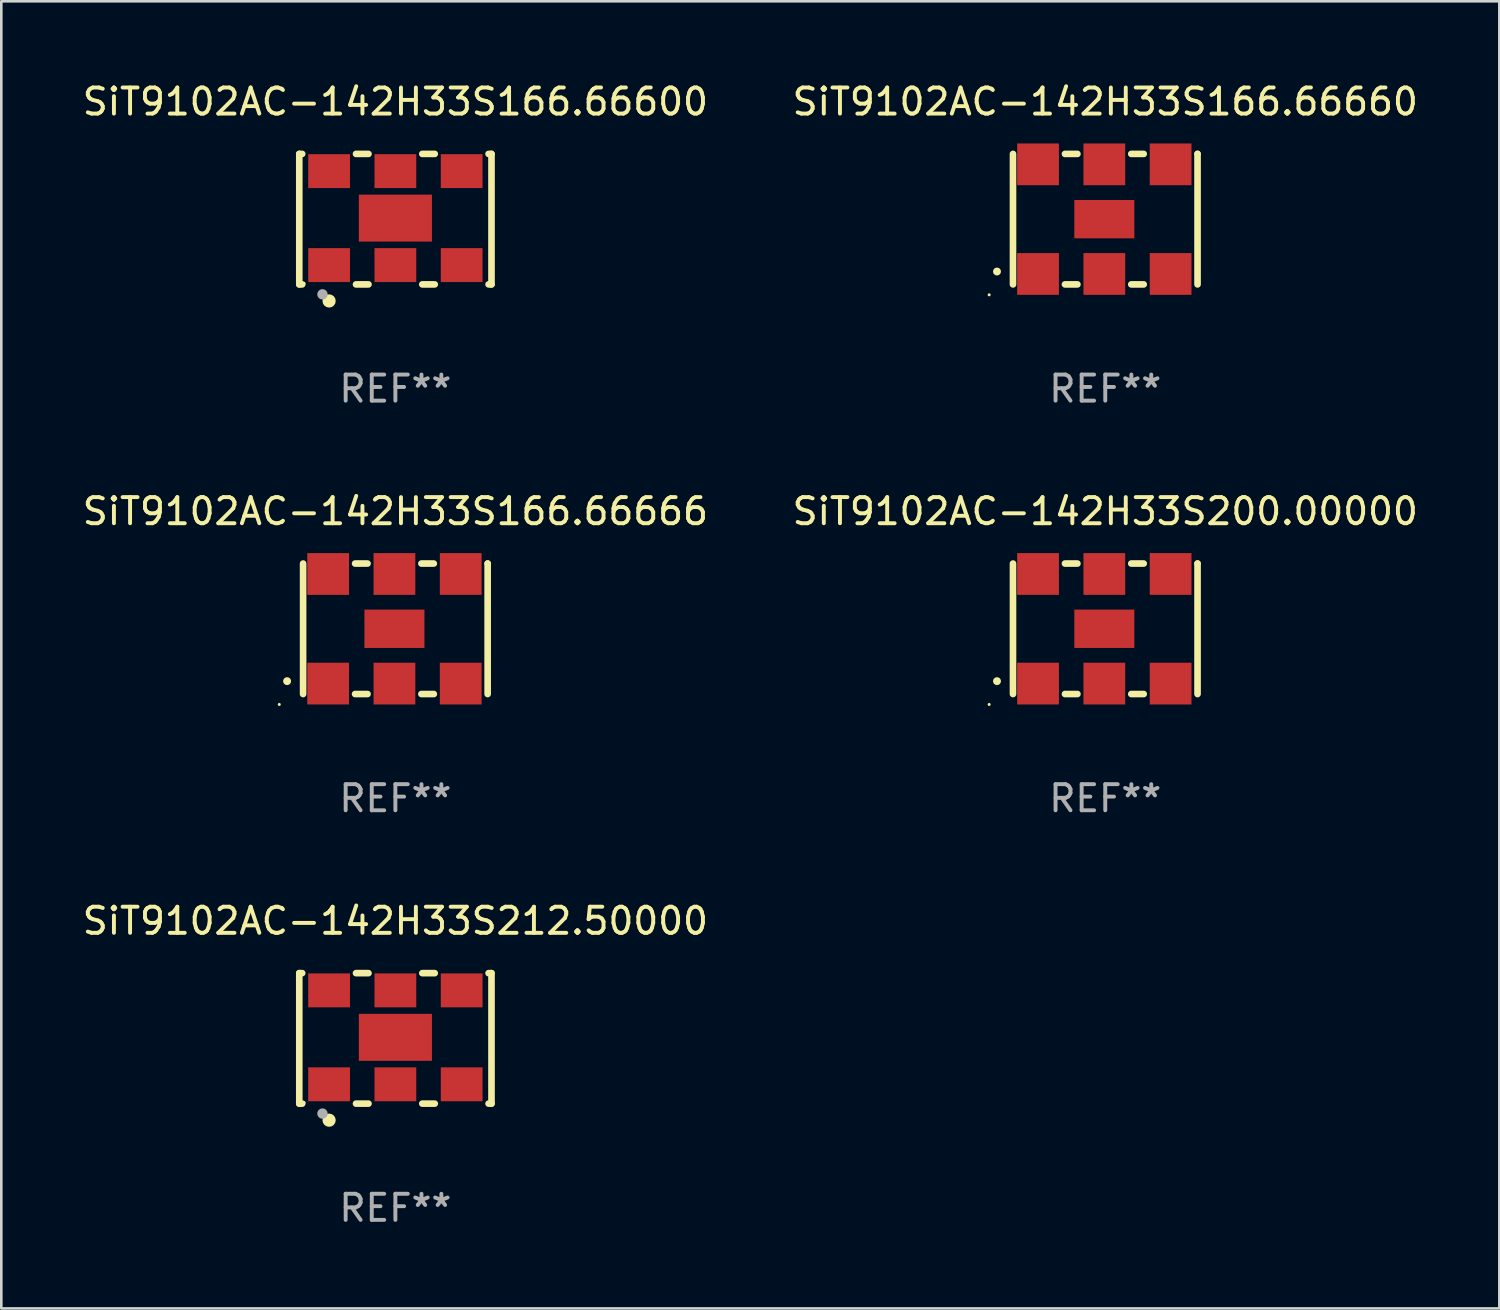
<source format=kicad_pcb>
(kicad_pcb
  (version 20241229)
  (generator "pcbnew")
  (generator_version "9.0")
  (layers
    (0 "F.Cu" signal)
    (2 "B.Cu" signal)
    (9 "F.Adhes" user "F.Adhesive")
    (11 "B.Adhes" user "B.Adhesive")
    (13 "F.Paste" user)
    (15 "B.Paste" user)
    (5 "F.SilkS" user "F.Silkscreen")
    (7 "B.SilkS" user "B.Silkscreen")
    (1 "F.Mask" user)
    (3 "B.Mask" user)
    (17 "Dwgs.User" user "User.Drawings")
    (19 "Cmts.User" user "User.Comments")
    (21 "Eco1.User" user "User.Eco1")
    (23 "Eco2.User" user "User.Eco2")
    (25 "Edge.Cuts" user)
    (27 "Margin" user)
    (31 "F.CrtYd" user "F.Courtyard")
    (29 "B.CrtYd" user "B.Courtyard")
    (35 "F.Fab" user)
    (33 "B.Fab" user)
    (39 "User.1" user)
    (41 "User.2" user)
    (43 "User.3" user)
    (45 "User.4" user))
  (footprint "SiT9102AC-142H33S166.66600"
    (layer "F.Cu")
    (at 12.101 5.348)
    (property "Reference" "SiT9102AC-142H33S166.66600" (at 0 -4.5 0) (layer "F.SilkS") (effects (font (size 1 1) (thickness 0.15))))
    (attr through_hole)
    (fp_line (start -3.683 -2.5) (end -3.571 -2.5) (stroke (width 0.254) (type solid)) (layer "F.SilkS"))
    (fp_line (start -3.683 2.5) (end -3.683 -2.5) (stroke (width 0.254) (type solid)) (layer "F.SilkS"))
    (fp_line (start -3.683 2.5) (end -3.571 2.5) (stroke (width 0.254) (type solid)) (layer "F.SilkS"))
    (fp_line (start -1.509 -2.5) (end -1.031 -2.5) (stroke (width 0.254) (type solid)) (layer "F.SilkS"))
    (fp_line (start -1.509 2.5) (end -1.031 2.5) (stroke (width 0.254) (type solid)) (layer "F.SilkS"))
    (fp_line (start 1.031 -2.5) (end 1.509 -2.5) (stroke (width 0.254) (type solid)) (layer "F.SilkS"))
    (fp_line (start 1.031 2.5) (end 1.509 2.5) (stroke (width 0.254) (type solid)) (layer "F.SilkS"))
    (fp_line (start 3.571 -2.5) (end 3.683 -2.5) (stroke (width 0.254) (type solid)) (layer "F.SilkS"))
    (fp_line (start 3.571 2.5) (end 3.683 2.5) (stroke (width 0.254) (type solid)) (layer "F.SilkS"))
    (fp_line (start 3.683 2.5) (end 3.683 -2.5) (stroke (width 0.254) (type solid)) (layer "F.SilkS"))
    (fp_circle (center -3.5 2.46) (end -3.47 2.46) (stroke (width 0.06) (type solid)) (fill no) (layer "F.SilkS"))
    (fp_circle (center -2.54 3.135) (end -2.413 3.135) (stroke (width 0.254) (type solid)) (fill no) (layer "F.SilkS"))
    (fp_circle (center -2.794 2.881) (end -2.694 2.881) (stroke (width 0.2) (type solid)) (fill no) (layer "F.Fab"))
    (fp_text user "REF**" (at 0 6.5 0) (layer "F.Fab") (effects (font (size 1 1) (thickness 0.15))))
    (pad "1" smd rect (at -2.54 1.76) (size 1.6 1.3) (layers "F.Cu" "F.Mask" "F.Paste"))
    (pad "2" smd rect (at 0 1.76) (size 1.6 1.3) (layers "F.Cu" "F.Mask" "F.Paste"))
    (pad "3" smd rect (at 2.54 1.76) (size 1.6 1.3) (layers "F.Cu" "F.Mask" "F.Paste"))
    (pad "4" smd rect (at 2.54 -1.84) (size 1.6 1.3) (layers "F.Cu" "F.Mask" "F.Paste"))
    (pad "5" smd rect (at 0 -1.84) (size 1.6 1.3) (layers "F.Cu" "F.Mask" "F.Paste"))
    (pad "6" smd rect (at -2.54 -1.84) (size 1.6 1.3) (layers "F.Cu" "F.Mask" "F.Paste"))
    (pad "7" smd rect (at 0 -0.04) (size 2.8 1.8) (layers "F.Cu" "F.Mask" "F.Paste")))
  (footprint "SiT9102AC-142H33S166.66660"
    (layer "F.Cu")
    (at 39.304 5.348)
    (property "Reference" "SiT9102AC-142H33S166.66660" (at 0 -4.5 0) (layer "F.SilkS") (effects (font (size 1 1) (thickness 0.15))))
    (attr through_hole)
    (fp_line (start -3.536 -2.5) (end -3.536 2.5) (stroke (width 0.254) (type solid)) (layer "F.SilkS"))
    (fp_line (start -1.544 2.5) (end -1.067 2.5) (stroke (width 0.254) (type solid)) (layer "F.SilkS"))
    (fp_line (start -1.067 -2.5) (end -1.544 -2.5) (stroke (width 0.254) (type solid)) (layer "F.SilkS"))
    (fp_line (start 0.996 2.5) (end 1.473 2.5) (stroke (width 0.254) (type solid)) (layer "F.SilkS"))
    (fp_line (start 1.473 -2.5) (end 0.996 -2.5) (stroke (width 0.254) (type solid)) (layer "F.SilkS"))
    (fp_line (start 3.536 -2.5) (end 3.536 -2.5) (stroke (width 0.254) (type solid)) (layer "F.SilkS"))
    (fp_line (start 3.536 2.5) (end 3.536 -2.5) (stroke (width 0.254) (type solid)) (layer "F.SilkS"))
    (fp_arc (start -4.150432 2.006604) (mid -4.149162 2.006599) (end -4.147892 2.006604) (stroke (width 0.3) (type solid)) (layer "F.SilkS"))
    (fp_circle (center -4.449 2.9) (end -4.419 2.9) (stroke (width 0.06) (type solid)) (fill no) (layer "F.SilkS"))
    (fp_text user "REF**" (at 0 6.5 0) (layer "F.Fab") (effects (font (size 1 1) (thickness 0.15))))
    (pad "1" smd rect (at -2.576 2.1) (size 1.6 1.6) (layers "F.Cu" "F.Mask" "F.Paste"))
    (pad "2" smd rect (at -0.036 2.1) (size 1.6 1.6) (layers "F.Cu" "F.Mask" "F.Paste"))
    (pad "3" smd rect (at 2.504 2.1) (size 1.6 1.6) (layers "F.Cu" "F.Mask" "F.Paste"))
    (pad "4" smd rect (at 2.504 -2.1) (size 1.6 1.6) (layers "F.Cu" "F.Mask" "F.Paste"))
    (pad "5" smd rect (at -0.036 -2.1) (size 1.6 1.6) (layers "F.Cu" "F.Mask" "F.Paste"))
    (pad "6" smd rect (at -2.576 -2.1) (size 1.6 1.6) (layers "F.Cu" "F.Mask" "F.Paste"))
    (pad "7" smd rect (at -0.036 0) (size 2.3 1.47) (layers "F.Cu" "F.Mask" "F.Paste")))
  (footprint "SiT9102AC-142H33S212.50000"
    (layer "F.Cu")
    (at 12.101 36.741)
    (property "Reference" "SiT9102AC-142H33S212.50000" (at 0 -4.5 0) (layer "F.SilkS") (effects (font (size 1 1) (thickness 0.15))))
    (attr through_hole)
    (fp_line (start -3.683 -2.5) (end -3.571 -2.5) (stroke (width 0.254) (type solid)) (layer "F.SilkS"))
    (fp_line (start -3.683 2.5) (end -3.683 -2.5) (stroke (width 0.254) (type solid)) (layer "F.SilkS"))
    (fp_line (start -3.683 2.5) (end -3.571 2.5) (stroke (width 0.254) (type solid)) (layer "F.SilkS"))
    (fp_line (start -1.509 -2.5) (end -1.031 -2.5) (stroke (width 0.254) (type solid)) (layer "F.SilkS"))
    (fp_line (start -1.509 2.5) (end -1.031 2.5) (stroke (width 0.254) (type solid)) (layer "F.SilkS"))
    (fp_line (start 1.031 -2.5) (end 1.509 -2.5) (stroke (width 0.254) (type solid)) (layer "F.SilkS"))
    (fp_line (start 1.031 2.5) (end 1.509 2.5) (stroke (width 0.254) (type solid)) (layer "F.SilkS"))
    (fp_line (start 3.571 -2.5) (end 3.683 -2.5) (stroke (width 0.254) (type solid)) (layer "F.SilkS"))
    (fp_line (start 3.571 2.5) (end 3.683 2.5) (stroke (width 0.254) (type solid)) (layer "F.SilkS"))
    (fp_line (start 3.683 2.5) (end 3.683 -2.5) (stroke (width 0.254) (type solid)) (layer "F.SilkS"))
    (fp_circle (center -3.5 2.46) (end -3.47 2.46) (stroke (width 0.06) (type solid)) (fill no) (layer "F.SilkS"))
    (fp_circle (center -2.54 3.135) (end -2.413 3.135) (stroke (width 0.254) (type solid)) (fill no) (layer "F.SilkS"))
    (fp_circle (center -2.794 2.881) (end -2.694 2.881) (stroke (width 0.2) (type solid)) (fill no) (layer "F.Fab"))
    (fp_text user "REF**" (at 0 6.5 0) (layer "F.Fab") (effects (font (size 1 1) (thickness 0.15))))
    (pad "1" smd rect (at -2.54 1.76) (size 1.6 1.3) (layers "F.Cu" "F.Mask" "F.Paste"))
    (pad "2" smd rect (at 0 1.76) (size 1.6 1.3) (layers "F.Cu" "F.Mask" "F.Paste"))
    (pad "3" smd rect (at 2.54 1.76) (size 1.6 1.3) (layers "F.Cu" "F.Mask" "F.Paste"))
    (pad "4" smd rect (at 2.54 -1.84) (size 1.6 1.3) (layers "F.Cu" "F.Mask" "F.Paste"))
    (pad "5" smd rect (at 0 -1.84) (size 1.6 1.3) (layers "F.Cu" "F.Mask" "F.Paste"))
    (pad "6" smd rect (at -2.54 -1.84) (size 1.6 1.3) (layers "F.Cu" "F.Mask" "F.Paste"))
    (pad "7" smd rect (at 0 -0.04) (size 2.8 1.8) (layers "F.Cu" "F.Mask" "F.Paste")))
  (footprint "SiT9102AC-142H33S200.00000"
    (layer "F.Cu")
    (at 39.304 21.045)
    (property "Reference" "SiT9102AC-142H33S200.00000" (at 0 -4.5 0) (layer "F.SilkS") (effects (font (size 1 1) (thickness 0.15))))
    (attr through_hole)
    (fp_line (start -3.536 -2.5) (end -3.536 2.5) (stroke (width 0.254) (type solid)) (layer "F.SilkS"))
    (fp_line (start -1.544 2.5) (end -1.067 2.5) (stroke (width 0.254) (type solid)) (layer "F.SilkS"))
    (fp_line (start -1.067 -2.5) (end -1.544 -2.5) (stroke (width 0.254) (type solid)) (layer "F.SilkS"))
    (fp_line (start 0.996 2.5) (end 1.473 2.5) (stroke (width 0.254) (type solid)) (layer "F.SilkS"))
    (fp_line (start 1.473 -2.5) (end 0.996 -2.5) (stroke (width 0.254) (type solid)) (layer "F.SilkS"))
    (fp_line (start 3.536 -2.5) (end 3.536 -2.5) (stroke (width 0.254) (type solid)) (layer "F.SilkS"))
    (fp_line (start 3.536 2.5) (end 3.536 -2.5) (stroke (width 0.254) (type solid)) (layer "F.SilkS"))
    (fp_arc (start -4.150432 2.006604) (mid -4.149162 2.006599) (end -4.147892 2.006604) (stroke (width 0.3) (type solid)) (layer "F.SilkS"))
    (fp_circle (center -4.449 2.9) (end -4.419 2.9) (stroke (width 0.06) (type solid)) (fill no) (layer "F.SilkS"))
    (fp_text user "REF**" (at 0 6.5 0) (layer "F.Fab") (effects (font (size 1 1) (thickness 0.15))))
    (pad "1" smd rect (at -2.576 2.1) (size 1.6 1.6) (layers "F.Cu" "F.Mask" "F.Paste"))
    (pad "2" smd rect (at -0.036 2.1) (size 1.6 1.6) (layers "F.Cu" "F.Mask" "F.Paste"))
    (pad "3" smd rect (at 2.504 2.1) (size 1.6 1.6) (layers "F.Cu" "F.Mask" "F.Paste"))
    (pad "4" smd rect (at 2.504 -2.1) (size 1.6 1.6) (layers "F.Cu" "F.Mask" "F.Paste"))
    (pad "5" smd rect (at -0.036 -2.1) (size 1.6 1.6) (layers "F.Cu" "F.Mask" "F.Paste"))
    (pad "6" smd rect (at -2.576 -2.1) (size 1.6 1.6) (layers "F.Cu" "F.Mask" "F.Paste"))
    (pad "7" smd rect (at -0.036 0) (size 2.3 1.47) (layers "F.Cu" "F.Mask" "F.Paste")))
  (footprint "SiT9102AC-142H33S166.66666"
    (layer "F.Cu")
    (at 12.101 21.045)
    (property "Reference" "SiT9102AC-142H33S166.66666" (at 0 -4.5 0) (layer "F.SilkS") (effects (font (size 1 1) (thickness 0.15))))
    (attr through_hole)
    (fp_line (start -3.536 -2.5) (end -3.536 2.5) (stroke (width 0.254) (type solid)) (layer "F.SilkS"))
    (fp_line (start -1.544 2.5) (end -1.067 2.5) (stroke (width 0.254) (type solid)) (layer "F.SilkS"))
    (fp_line (start -1.067 -2.5) (end -1.544 -2.5) (stroke (width 0.254) (type solid)) (layer "F.SilkS"))
    (fp_line (start 0.996 2.5) (end 1.473 2.5) (stroke (width 0.254) (type solid)) (layer "F.SilkS"))
    (fp_line (start 1.473 -2.5) (end 0.996 -2.5) (stroke (width 0.254) (type solid)) (layer "F.SilkS"))
    (fp_line (start 3.536 -2.5) (end 3.536 -2.5) (stroke (width 0.254) (type solid)) (layer "F.SilkS"))
    (fp_line (start 3.536 2.5) (end 3.536 -2.5) (stroke (width 0.254) (type solid)) (layer "F.SilkS"))
    (fp_arc (start -4.150432 2.006604) (mid -4.149162 2.006599) (end -4.147892 2.006604) (stroke (width 0.3) (type solid)) (layer "F.SilkS"))
    (fp_circle (center -4.449 2.9) (end -4.419 2.9) (stroke (width 0.06) (type solid)) (fill no) (layer "F.SilkS"))
    (fp_text user "REF**" (at 0 6.5 0) (layer "F.Fab") (effects (font (size 1 1) (thickness 0.15))))
    (pad "1" smd rect (at -2.576 2.1) (size 1.6 1.6) (layers "F.Cu" "F.Mask" "F.Paste"))
    (pad "2" smd rect (at -0.036 2.1) (size 1.6 1.6) (layers "F.Cu" "F.Mask" "F.Paste"))
    (pad "3" smd rect (at 2.504 2.1) (size 1.6 1.6) (layers "F.Cu" "F.Mask" "F.Paste"))
    (pad "4" smd rect (at 2.504 -2.1) (size 1.6 1.6) (layers "F.Cu" "F.Mask" "F.Paste"))
    (pad "5" smd rect (at -0.036 -2.1) (size 1.6 1.6) (layers "F.Cu" "F.Mask" "F.Paste"))
    (pad "6" smd rect (at -2.576 -2.1) (size 1.6 1.6) (layers "F.Cu" "F.Mask" "F.Paste"))
    (pad "7" smd rect (at -0.036 0) (size 2.3 1.47) (layers "F.Cu" "F.Mask" "F.Paste")))
  (gr_rect
    (start -3 -3)
    (end 54.405 47.09)
    (stroke (width 0.1) (type default))
    (fill no)
    (layer "Edge.Cuts")))
</source>
